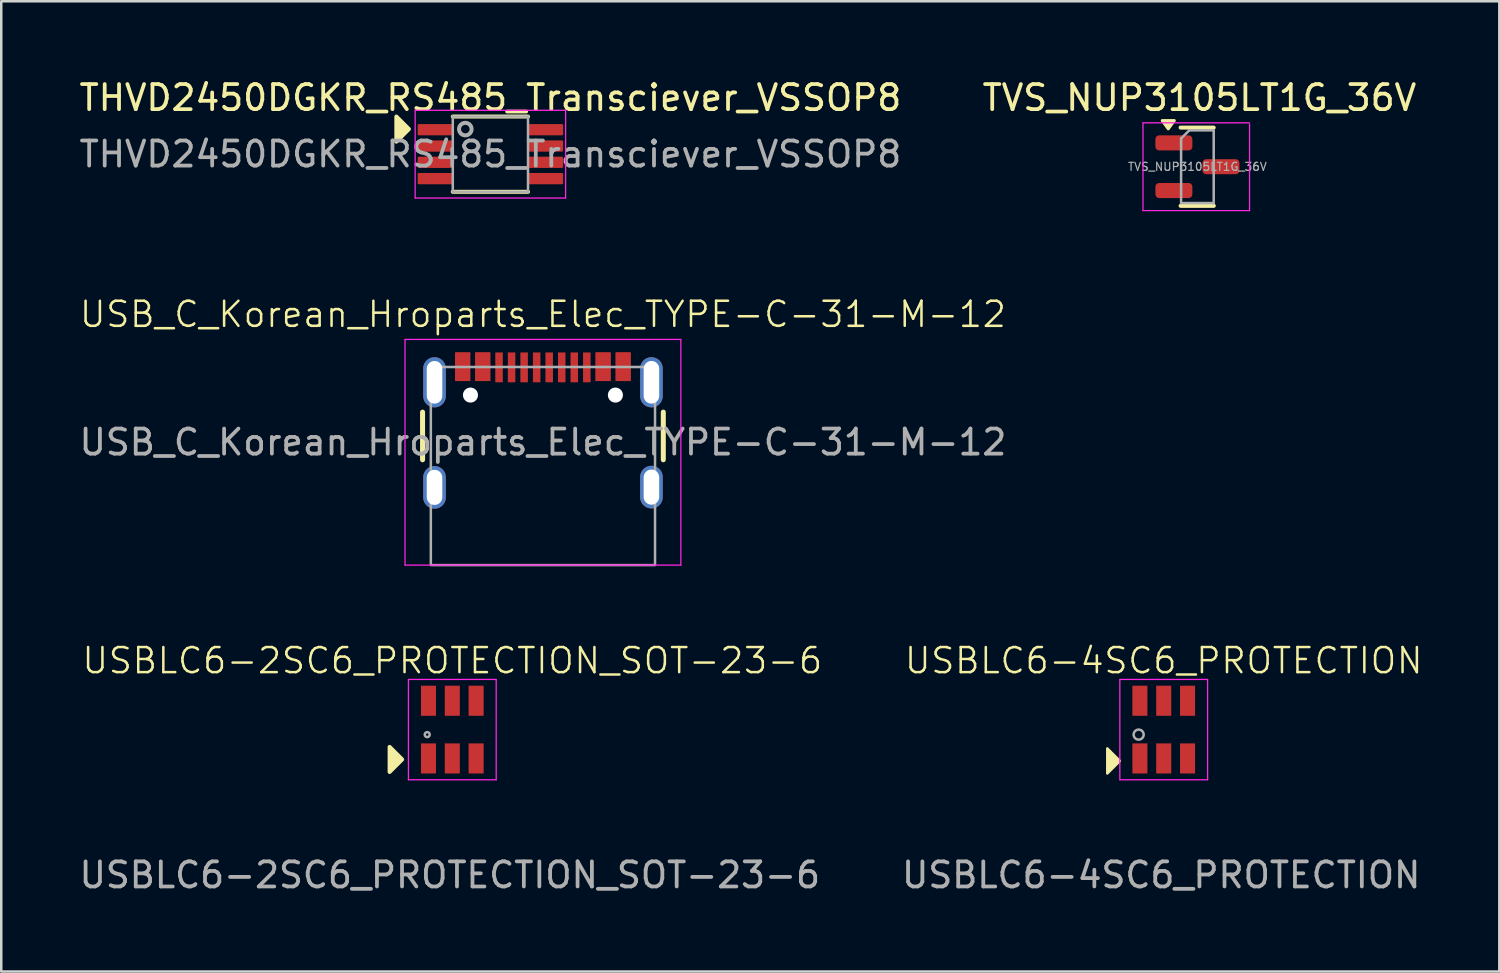
<source format=kicad_pcb>
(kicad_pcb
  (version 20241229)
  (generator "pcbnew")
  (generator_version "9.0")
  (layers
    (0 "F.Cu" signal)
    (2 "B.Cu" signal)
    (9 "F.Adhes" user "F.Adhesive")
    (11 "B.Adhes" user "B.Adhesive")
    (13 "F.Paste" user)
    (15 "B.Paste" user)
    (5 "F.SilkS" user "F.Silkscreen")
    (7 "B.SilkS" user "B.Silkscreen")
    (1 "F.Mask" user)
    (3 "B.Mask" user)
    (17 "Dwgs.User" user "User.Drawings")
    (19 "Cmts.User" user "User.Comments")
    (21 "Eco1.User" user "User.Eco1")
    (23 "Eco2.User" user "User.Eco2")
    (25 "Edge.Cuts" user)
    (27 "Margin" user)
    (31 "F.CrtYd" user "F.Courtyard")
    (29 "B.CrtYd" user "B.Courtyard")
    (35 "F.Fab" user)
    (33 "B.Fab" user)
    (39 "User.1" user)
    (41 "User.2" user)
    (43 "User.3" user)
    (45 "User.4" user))
  (footprint "USB_C_Korean_Hroparts_Elec_TYPE-C-31-M-12"
    (layer "F.Cu")
    (at 18.601 18.485)
    (property "Reference" "USB_C_Korean_Hroparts_Elec_TYPE-C-31-M-12" (at 0 -9 0) (unlocked yes) (layer "F.SilkS") (effects (font (size 1 1) (thickness 0.1))))
    (attr through_hole)
    (fp_line (start -4.8 -5.1) (end -4.8 -3.2) (stroke (width 0.2) (type default)) (layer "F.SilkS"))
    (fp_line (start 4.8 -5.1) (end 4.8 -3.2) (stroke (width 0.2) (type default)) (layer "F.SilkS"))
    (fp_line (start -5.5 -8) (end -5.5 1) (stroke (width 0.05) (type default)) (layer "F.CrtYd"))
    (fp_line (start -5.5 1) (end 5.5 1) (stroke (width 0.05) (type default)) (layer "F.CrtYd"))
    (fp_line (start 5.5 -8) (end -5.5 -8) (stroke (width 0.05) (type default)) (layer "F.CrtYd"))
    (fp_line (start 5.5 1) (end 5.5 -8) (stroke (width 0.05) (type default)) (layer "F.CrtYd"))
    (fp_rect (start -4.47 -6.9) (end 4.47 1) (stroke (width 0.1) (type default)) (fill no) (layer "F.Fab"))
    (fp_text user "${REFERENCE}" (at 0 -3.9 0) (unlocked yes) (layer "F.Fab") (effects (font (size 1 1) (thickness 0.15))))
    (dimension (type aligned) (layer "User.1") (pts (xy 15.711 12.705) (xy 21.491 12.705)) (height 0.78) (format (prefix "") (suffix "") (units 3) (units_format 1) (precision 4)) (style (thickness 0.05) (arrow_length 0.2) (text_position_mode 0) (arrow_direction outward) (extension_height 0.586) (extension_offset 0.5) (keep_text_aligned yes)) (gr_text "5.7800 mm" (at 18.601 13.375 0) (layer "User.1") (effects (font (size 0.1 0.1) (thickness 0.01)))))
    (dimension (type aligned) (layer "User.1") (pts (xy 22.928 17.075) (xy 22.928 15.675)) (height 1.673) (format (prefix "") (suffix "") (units 3) (units_format 1) (precision 4)) (style (thickness 0.05) (arrow_length 0.2) (text_position_mode 0) (arrow_direction outward) (extension_height 0.586) (extension_offset 0.5) (keep_text_aligned yes)) (gr_text "1.4000 mm" (at 24.491 16.375 90) (layer "User.1") (effects (font (size 0.1 0.1) (thickness 0.01)))))
    (dimension (type aligned) (layer "User.1") (pts (xy 22.928 17.225) (xy 22.928 15.525)) (height 2.673) (format (prefix "") (suffix "") (units 3) (units_format 1) (precision 4)) (style (thickness 0.05) (arrow_length 0.2) (text_position_mode 0) (arrow_direction outward) (extension_height 0.586) (extension_offset 0.5) (keep_text_aligned yes)) (gr_text "1.7000 mm" (at 25.491 16.375 90) (layer "User.1") (effects (font (size 0.1 0.1) (thickness 0.01)))))
    (dimension (type aligned) (layer "User.1") (pts (xy 22.928 13.195) (xy 22.928 11.195)) (height 1.673) (format (prefix "") (suffix "") (units 3) (units_format 1) (precision 4)) (style (thickness 0.05) (arrow_length 0.2) (text_position_mode 0) (arrow_direction outward) (extension_height 0.586) (extension_offset 0.5) (keep_text_aligned yes)) (gr_text "2.0000 mm" (at 24.491 12.195 90) (layer "User.1") (effects (font (size 0.1 0.1) (thickness 0.01)))))
    (dimension (type aligned) (layer "User.1") (pts (xy 14.278 16.385) (xy 22.928 16.375)) (height 1.09) (format (prefix "") (suffix "") (units 3) (units_format 1) (precision 4)) (style (thickness 0.05) (arrow_length 0.2) (text_position_mode 0) (arrow_direction outward) (extension_height 0.586) (extension_offset 0.5) (keep_text_aligned yes)) (gr_text "8.6500 mm" (at 18.604 17.36 0.066) (layer "User.1") (effects (font (size 0.1 0.1) (thickness 0.01)))))
    (dimension (type aligned) (layer "User.1") (pts (xy 22.428 13.045) (xy 22.428 11.345)) (height 1.673) (format (prefix "") (suffix "") (units 3) (units_format 1) (precision 4)) (style (thickness 0.05) (arrow_length 0.2) (text_position_mode 0) (arrow_direction outward) (extension_height 0.586) (extension_offset 0.5) (keep_text_aligned yes)) (gr_text "1.7000 mm" (at 23.991 12.195 90) (layer "User.1") (effects (font (size 0.1 0.1) (thickness 0.01)))))
    (dimension (type aligned) (layer "User.1") (pts (xy 15.401 11.625) (xy 21.801 11.625)) (height 4.36) (format (prefix "") (suffix "") (units 3) (units_format 1) (precision 4)) (style (thickness 0.05) (arrow_length 0.2) (text_position_mode 0) (arrow_direction outward) (extension_height 0.586) (extension_offset 0.5) (keep_text_aligned yes)) (gr_text "6.4000 mm" (at 18.601 15.875 0) (layer "User.1") (effects (font (size 0.1 0.1) (thickness 0.01)))))
    (dimension (type aligned) (layer "User.1") (pts (xy 16.201 11.625) (xy 21.001 11.625)) (height -2.64) (format (prefix "") (suffix "") (units 3) (units_format 1) (precision 4)) (style (thickness 0.05) (arrow_length 0.2) (text_position_mode 0) (arrow_direction outward) (extension_height 0.586) (extension_offset 0.5) (keep_text_aligned yes)) (gr_text "4.8000 mm" (at 18.601 8.875 0) (layer "User.1") (effects (font (size 0.1 0.1) (thickness 0.01)))))
    (dimension (type aligned) (layer "User.1") (pts (xy 17.851 11.625) (xy 19.351 11.625)) (height -1.64) (format (prefix "") (suffix "") (units 3) (units_format 1) (precision 4)) (style (thickness 0.05) (arrow_length 0.2) (text_position_mode 0) (arrow_direction outward) (extension_height 0.586) (extension_offset 0.5) (keep_text_aligned yes)) (gr_text "1.5000 mm" (at 18.601 9.875 0) (layer "User.1") (effects (font (size 0.1 0.1) (thickness 0.01)))))
    (pad "" np_thru_hole circle (at -2.89 -5.78) (size 0.6 0.6) (drill 0.6) (layers "*.Cu" "*.Mask"))
    (pad "" np_thru_hole circle (at 2.89 -5.78) (size 0.6 0.6) (drill 0.6) (layers "*.Cu" "*.Mask"))
    (pad "A1" smd rect (at -3.2 -6.91) (size 0.6 1.14) (layers "F.Cu" "F.Mask" "F.Paste"))
    (pad "A4" smd rect (at -2.4 -6.91) (size 0.6 1.14) (layers "F.Cu" "F.Mask" "F.Paste"))
    (pad "A5" smd rect (at -1.25 -6.885) (size 0.3 1.19) (layers "F.Cu" "F.Mask" "F.Paste"))
    (pad "A6" smd rect (at -0.25 -6.885) (size 0.3 1.19) (layers "F.Cu" "F.Mask" "F.Paste"))
    (pad "A7" smd rect (at 0.25 -6.885) (size 0.3 1.19) (layers "F.Cu" "F.Mask" "F.Paste"))
    (pad "A8" smd rect (at 1.25 -6.885) (size 0.3 1.19) (layers "F.Cu" "F.Mask" "F.Paste"))
    (pad "A9" smd rect (at 2.4 -6.91) (size 0.6 1.14) (layers "F.Cu" "F.Mask" "F.Paste"))
    (pad "A12" smd rect (at 3.2 -6.91) (size 0.6 1.14) (layers "F.Cu" "F.Mask" "F.Paste"))
    (pad "B1" smd rect (at 3.2 -6.91) (size 0.6 1.14) (layers "F.Cu" "F.Mask" "F.Paste"))
    (pad "B4" smd rect (at 2.4 -6.91) (size 0.6 1.14) (layers "F.Cu" "F.Mask" "F.Paste"))
    (pad "B5" smd rect (at 1.75 -6.885) (size 0.3 1.19) (layers "F.Cu" "F.Mask" "F.Paste"))
    (pad "B6" smd rect (at 0.75 -6.885) (size 0.3 1.19) (layers "F.Cu" "F.Mask" "F.Paste"))
    (pad "B7" smd rect (at -0.75 -6.885) (size 0.3 1.19) (layers "F.Cu" "F.Mask" "F.Paste"))
    (pad "B8" smd rect (at -1.75 -6.885) (size 0.3 1.19) (layers "F.Cu" "F.Mask" "F.Paste"))
    (pad "B9" smd rect (at -2.4 -6.91) (size 0.6 1.14) (layers "F.Cu" "F.Mask" "F.Paste"))
    (pad "B12" smd rect (at -3.2 -6.91) (size 0.6 1.14) (layers "F.Cu" "F.Mask" "F.Paste"))
    (pad "S1" thru_hole oval (at -4.323 -6.29) (size 0.9 2) (drill oval 0.62 1.7) (layers "*.Cu" "*.Mask"))
    (pad "S1" thru_hole oval (at -4.323 -2.1) (size 0.9 1.7) (drill oval 0.62 1.4) (layers "*.Cu" "*.Mask"))
    (pad "S1" thru_hole oval (at 4.327 -6.29) (size 0.9 2) (drill oval 0.62 1.7) (layers "*.Cu" "*.Mask"))
    (pad "S1" thru_hole oval (at 4.327 -2.11) (size 0.9 1.7) (drill oval 0.62 1.4) (layers "*.Cu" "*.Mask")))
  (footprint "USBLC6-2SC6_PROTECTION_SOT-23-6"
    (layer "F.Cu")
    (at 14.987 26.045)
    (property "Reference" "USBLC6-2SC6_PROTECTION_SOT-23-6" (at 0 -2.75 0) (unlocked yes) (layer "F.SilkS") (effects (font (size 1 1) (thickness 0.1))))
    (attr smd)
    (fp_poly (pts (xy -2.5 0.69) (xy -2 1.19) (xy -2.5 1.69)) (stroke (width 0.16) (type solid)) (fill yes) (layer "F.SilkS"))
    (fp_line (start -1.75 -2) (end 1.75 -2) (stroke (width 0.05) (type default)) (layer "F.CrtYd"))
    (fp_line (start -1.75 2) (end -1.75 -2) (stroke (width 0.05) (type default)) (layer "F.CrtYd"))
    (fp_line (start 1.75 -2) (end 1.75 2) (stroke (width 0.05) (type default)) (layer "F.CrtYd"))
    (fp_line (start 1.75 2) (end -1.75 2) (stroke (width 0.05) (type default)) (layer "F.CrtYd"))
    (fp_circle (center -1 0.2) (end -0.9 0.2) (stroke (width 0.1) (type default)) (fill no) (layer "F.Fab"))
    (fp_line (start -1.45 -0.8) (end -1.45 0.8) (stroke (width 0.1) (type default)) (layer "User.1"))
    (fp_line (start 1.45 -0.8) (end 1.45 0.8) (stroke (width 0.1) (type default)) (layer "User.1"))
    (fp_text user "${REFERENCE}" (at -0.1 5.8 0) (unlocked yes) (layer "F.Fab") (effects (font (size 1 1) (thickness 0.15))))
    (dimension (type aligned) (layer "User.1") (pts (xy 13.737 24.295) (xy 14.337 24.295)) (height -0.1) (format (prefix "") (suffix "") (units 3) (units_format 1) (precision 2)) (style (thickness 0.01) (arrow_length 0.01) (text_position_mode 2) (arrow_direction outward) (extension_height 0) (extension_offset 0) (keep_text_aligned yes)) (gr_text "0.60 mm" (at 14.087 24.145 0) (layer "User.1") (effects (font (size 0.1 0.1) (thickness 0.15)))))
    (dimension (type aligned) (layer "User.1") (pts (xy 16.237 26.595) (xy 16.237 27.795)) (height -0.1) (format (prefix "") (suffix "") (units 3) (units_format 1) (precision 2)) (style (thickness 0.01) (arrow_length 0.01) (text_position_mode 2) (arrow_direction outward) (extension_height 0) (extension_offset 0) (keep_text_aligned yes)) (gr_text "1.20 mm" (at 16.337 27.245 90) (layer "User.1") (effects (font (size 0.1 0.1) (thickness 0.15)))))
    (dimension (type aligned) (layer "User.1") (pts (xy 16.237 24.295) (xy 16.237 27.795)) (height -0.35) (format (prefix "") (suffix "") (units 3) (units_format 1) (precision 2)) (style (thickness 0.01) (arrow_length 0.01) (text_position_mode 2) (arrow_direction outward) (extension_height 0) (extension_offset 0) (keep_text_aligned yes)) (gr_text "3.50 mm" (at 16.587 26.045 90) (layer "User.1") (effects (font (size 0.1 0.1) (thickness 0.15)))))
    (dimension (type aligned) (layer "User.1") (pts (xy 14.037 26.595) (xy 14.987 26.595)) (height -0.1) (format (prefix "") (suffix "") (units 3) (units_format 1) (precision 2)) (style (thickness 0.01) (arrow_length 0.01) (text_position_mode 2) (arrow_direction outward) (extension_height 0) (extension_offset 0) (keep_text_aligned yes)) (gr_text "0.95 mm" (at 14.337 26.445 0) (layer "User.1") (effects (font (size 0.1 0.1) (thickness 0.15)))))
    (pad "1" smd rect (at -0.95 1.15) (size 0.6 1.2) (layers "F.Cu" "F.Mask" "F.Paste"))
    (pad "2" smd rect (at 0 1.15) (size 0.6 1.2) (layers "F.Cu" "F.Mask" "F.Paste"))
    (pad "3" smd rect (at 0.95 1.15) (size 0.6 1.2) (layers "F.Cu" "F.Mask" "F.Paste"))
    (pad "4" smd rect (at 0.95 -1.15) (size 0.6 1.2) (layers "F.Cu" "F.Mask" "F.Paste"))
    (pad "5" smd rect (at 0 -1.15) (size 0.6 1.2) (layers "F.Cu" "F.Mask" "F.Paste"))
    (pad "6" smd rect (at -0.95 -1.15) (size 0.6 1.2) (layers "F.Cu" "F.Mask" "F.Paste")))
  (footprint "TVS_NUP3105LT1G_36V"
    (layer "F.Cu")
    (at 44.78 3.598)
    (property "Reference" "TVS_NUP3105LT1G_36V" (at 0 -2.75 0) (layer "F.SilkS") (effects (font (size 1 1) (thickness 0.15))))
    (attr smd)
    (fp_line (start -0.75 -1.56) (end 0.57 -1.56) (stroke (width 0.16) (type solid)) (layer "F.SilkS"))
    (fp_line (start -0.75 1.56) (end 0.575 1.56) (stroke (width 0.16) (type solid)) (layer "F.SilkS"))
    (fp_poly (pts (xy -1.242 -1.51) (xy -1.482 -1.84) (xy -1.002 -1.84) (xy -1.242 -1.51)) (stroke (width 0.12) (type solid)) (fill yes) (layer "F.SilkS"))
    (fp_line (start -2.25 -1.75) (end -2.25 1.75) (stroke (width 0.05) (type solid)) (layer "F.CrtYd"))
    (fp_line (start 2 -1.75) (end -2.25 -1.75) (stroke (width 0.05) (type solid)) (layer "F.CrtYd"))
    (fp_line (start 2 1.75) (end -2.25 1.75) (stroke (width 0.05) (type solid)) (layer "F.CrtYd"))
    (fp_line (start 2 1.75) (end 2 -1.7) (stroke (width 0.05) (type solid)) (layer "F.CrtYd"))
    (fp_line (start -0.73 -1.125) (end -0.405 -1.45) (stroke (width 0.1) (type solid)) (layer "F.Fab"))
    (fp_line (start -0.73 1.45) (end -0.73 -1.125) (stroke (width 0.1) (type solid)) (layer "F.Fab"))
    (fp_line (start -0.405 -1.45) (end 0.57 -1.45) (stroke (width 0.1) (type solid)) (layer "F.Fab"))
    (fp_line (start 0.57 -1.45) (end 0.57 1.45) (stroke (width 0.1) (type solid)) (layer "F.Fab"))
    (fp_line (start 0.57 1.45) (end -0.73 1.45) (stroke (width 0.1) (type solid)) (layer "F.Fab"))
    (fp_text user "${REFERENCE}" (at -0.08 0 0) (layer "F.Fab") (effects (font (size 0.32 0.32) (thickness 0.05))))
    (pad "1" smd roundrect (at -1.018 -0.95) (size 1.475 0.6) (layers "F.Cu" "F.Mask" "F.Paste") (roundrect_rratio 0.25))
    (pad "2" smd roundrect (at -1.018 0.95) (size 1.475 0.6) (layers "F.Cu" "F.Mask" "F.Paste") (roundrect_rratio 0.25))
    (pad "3" smd roundrect (at 0.858 0) (size 1.475 0.6) (layers "F.Cu" "F.Mask" "F.Paste") (roundrect_rratio 0.25)))
  (footprint "USBLC6-4SC6_PROTECTION"
    (layer "F.Cu")
    (at 43.357 26.045)
    (property "Reference" "USBLC6-4SC6_PROTECTION" (at 0 -2.75 0) (unlocked yes) (layer "F.SilkS") (effects (font (size 1 1) (thickness 0.1))))
    (attr smd)
    (fp_poly (pts (xy -2.25 0.75) (xy -1.75 1.25) (xy -2.25 1.75)) (stroke (width 0.1) (type solid)) (fill yes) (layer "F.SilkS"))
    (fp_line (start -1.75 -2) (end 1.75 -2) (stroke (width 0.05) (type default)) (layer "F.CrtYd"))
    (fp_line (start -1.75 2) (end -1.75 -2) (stroke (width 0.05) (type default)) (layer "F.CrtYd"))
    (fp_line (start 1.75 -2) (end 1.75 2) (stroke (width 0.05) (type default)) (layer "F.CrtYd"))
    (fp_line (start 1.75 2) (end -1.75 2) (stroke (width 0.05) (type default)) (layer "F.CrtYd"))
    (fp_circle (center -1 0.2) (end -0.8 0.2) (stroke (width 0.1) (type default)) (fill no) (layer "F.Fab"))
    (fp_line (start -1.45 -0.85) (end -1.45 0.85) (stroke (width 0.1) (type default)) (layer "User.1"))
    (fp_line (start 1.45 -0.85) (end 1.45 0.85) (stroke (width 0.1) (type default)) (layer "User.1"))
    (fp_text user "${REFERENCE}" (at -0.1 5.8 0) (unlocked yes) (layer "F.Fab") (effects (font (size 1 1) (thickness 0.15))))
    (dimension (type aligned) (layer "User.1") (pts (xy 42.407 27.795) (xy 42.407 24.295)) (height -0.85) (format (prefix "") (suffix "") (units 3) (units_format 1) (precision 4)) (style (thickness 0.01) (arrow_length 0.01) (text_position_mode 2) (arrow_direction outward) (extension_height 0) (extension_offset 0) (keep_text_aligned yes)) (gr_text "3.5000 mm" (at 41.357 26.045 90) (layer "User.1") (effects (font (size 0.1 0.1) (thickness 0.15)))))
    (dimension (type aligned) (layer "User.1") (pts (xy 44.607 25.495) (xy 44.607 26.595)) (height -0.15) (format (prefix "") (suffix "") (units 3) (units_format 1) (precision 4)) (style (thickness 0.01) (arrow_length 0.01) (text_position_mode 2) (arrow_direction outward) (extension_height 0) (extension_offset 0) (keep_text_aligned yes)) (gr_text "1.1000 mm" (at 44.957 25.945 90) (layer "User.1") (effects (font (size 0.1 0.1) (thickness 0.15)))))
    (dimension (type aligned) (layer "User.1") (pts (xy 42.407 24.295) (xy 43.357 24.295)) (height -0.05) (format (prefix "") (suffix "") (units 3) (units_format 1) (precision 4)) (style (thickness 0.01) (arrow_length 0.01) (text_position_mode 2) (arrow_direction outward) (extension_height 0) (extension_offset 0) (keep_text_aligned yes)) (gr_text "0.9500 mm" (at 42.957 24.145 0) (layer "User.1") (effects (font (size 0.1 0.1) (thickness 0.15)))))
    (dimension (type aligned) (layer "User.1") (pts (xy 44.007 24.295) (xy 44.607 24.295)) (height -0.05) (format (prefix "") (suffix "") (units 3) (units_format 1) (precision 4)) (style (thickness 0.01) (arrow_length 0.01) (text_position_mode 2) (arrow_direction outward) (extension_height 0) (extension_offset 0) (keep_text_aligned yes)) (gr_text "0.6000 mm" (at 44.357 24.145 0) (layer "User.1") (effects (font (size 0.1 0.1) (thickness 0.15)))))
    (dimension (type aligned) (layer "User.1") (pts (xy 44.607 24.295) (xy 44.607 25.495)) (height -0.15) (format (prefix "") (suffix "") (units 3) (units_format 1) (precision 4)) (style (thickness 0.01) (arrow_length 0.01) (text_position_mode 2) (arrow_direction outward) (extension_height 0) (extension_offset 0) (keep_text_aligned yes)) (gr_text "1.2000 mm" (at 44.957 24.845 90) (layer "User.1") (effects (font (size 0.1 0.1) (thickness 0.15)))))
    (dimension (type aligned) (layer "User.1") (pts (xy 42.407 27.195) (xy 42.407 24.895)) (height -0.4) (format (prefix "") (suffix "") (units 3) (units_format 1) (precision 4)) (style (thickness 0.01) (arrow_length 0.01) (text_position_mode 2) (arrow_direction outward) (extension_height 0) (extension_offset 0) (keep_text_aligned yes)) (gr_text "2.3000 mm" (at 41.757 26.045 90) (layer "User.1") (effects (font (size 0.1 0.1) (thickness 0.15)))))
    (pad "1" smd rect (at -0.95 1.15) (size 0.6 1.2) (layers "F.Cu" "F.Mask" "F.Paste"))
    (pad "2" smd rect (at 0 1.15) (size 0.6 1.2) (layers "F.Cu" "F.Mask" "F.Paste"))
    (pad "3" smd rect (at 0.95 1.15) (size 0.6 1.2) (layers "F.Cu" "F.Mask" "F.Paste"))
    (pad "4" smd rect (at 0.95 -1.15) (size 0.6 1.2) (layers "F.Cu" "F.Mask" "F.Paste"))
    (pad "5" smd rect (at 0 -1.15) (size 0.6 1.2) (layers "F.Cu" "F.Mask" "F.Paste"))
    (pad "6" smd rect (at -0.95 -1.15) (size 0.6 1.2) (layers "F.Cu" "F.Mask" "F.Paste")))
  (footprint "THVD2450DGKR_RS485_Transciever_VSSOP8"
    (layer "F.Cu")
    (at 16.506 3.098)
    (property "Reference" "THVD2450DGKR_RS485_Transciever_VSSOP8" (at 0 -2.25 0) (layer "F.SilkS") (effects (font (size 1 1) (thickness 0.15))))
    (attr smd)
    (fp_line (start -1.5 -1.5) (end 1.5 -1.5) (stroke (width 0.16) (type default)) (layer "F.SilkS"))
    (fp_line (start -1.5 1.5) (end 1.5 1.5) (stroke (width 0.16) (type default)) (layer "F.SilkS"))
    (fp_poly (pts (xy -3.75 -1.5) (xy -3.25 -1) (xy -3.75 -0.5)) (stroke (width 0.16) (type solid)) (fill yes) (layer "F.SilkS"))
    (fp_line (start -3 -1.75) (end 3 -1.75) (stroke (width 0.05) (type default)) (layer "F.CrtYd"))
    (fp_line (start -3 1.75) (end -3 -1.75) (stroke (width 0.05) (type default)) (layer "F.CrtYd"))
    (fp_line (start 3 -1.75) (end 3 1.75) (stroke (width 0.05) (type default)) (layer "F.CrtYd"))
    (fp_line (start 3 1.75) (end -3 1.75) (stroke (width 0.05) (type default)) (layer "F.CrtYd"))
    (fp_line (start -1.5 -1.5) (end -1.5 1.5) (stroke (width 0.1) (type default)) (layer "F.Fab"))
    (fp_line (start -1.5 1.5) (end 1.5 1.5) (stroke (width 0.1) (type default)) (layer "F.Fab"))
    (fp_line (start 1.5 -1.5) (end -1.5 -1.5) (stroke (width 0.1) (type default)) (layer "F.Fab"))
    (fp_line (start 1.5 1.5) (end 1.5 -1.5) (stroke (width 0.1) (type default)) (layer "F.Fab"))
    (fp_circle (center -1 -1) (end -0.75 -1) (stroke (width 0.16) (type solid)) (fill no) (layer "F.Fab"))
    (fp_text user "${REFERENCE}" (at 0 0 0) (layer "F.Fab") (effects (font (size 1 1) (thickness 0.15))))
    (dimension (type aligned) (layer "User.1") (pts (xy 13.606 1.966) (xy 15.006 1.966)) (height -0.268) (format (prefix "") (suffix "") (units 3) (units_format 1) (precision 3) (suppress_zeroes yes)) (style (thickness 0.01) (arrow_length 0.01) (text_position_mode 2) (arrow_direction outward) (extension_height 0) (extension_offset 0) (keep_text_aligned yes)) (gr_text "1.4 mm" (at 14.256 1.648 0) (layer "User.1") (effects (font (size 0.1 0.1) (thickness 0.15)))))
    (dimension (type aligned) (layer "User.1") (pts (xy 14.274 2.748) (xy 14.274 2.098)) (height -0.768) (format (prefix "") (suffix "") (units 3) (units_format 1) (precision 3) (suppress_zeroes yes)) (style (thickness 0.01) (arrow_length 0.01) (text_position_mode 2) (arrow_direction outward) (extension_height 0) (extension_offset 0) (keep_text_aligned yes)) (gr_text "0.65 mm" (at 13.456 2.398 90) (layer "User.1") (effects (font (size 0.1 0.1) (thickness 0.15)))))
    (dimension (type aligned) (layer "User.1") (pts (xy 14.306 2.798) (xy 18.706 2.798)) (height -0.268) (format (prefix "") (suffix "") (units 3) (units_format 1) (precision 3) (suppress_zeroes yes)) (style (thickness 0.01) (arrow_length 0.01) (text_position_mode 2) (arrow_direction outward) (extension_height 0) (extension_offset 0) (keep_text_aligned yes)) (gr_text "4.4 mm" (at 16.506 2.48 0) (layer "User.1") (effects (font (size 0.1 0.1) (thickness 0.15)))))
    (pad "1" smd roundrect (at -2.2 -0.975) (size 1.4 0.45) (layers "F.Cu" "F.Mask" "F.Paste") (roundrect_rratio 0.111))
    (pad "2" smd roundrect (at -2.2 -0.325) (size 1.4 0.45) (layers "F.Cu" "F.Mask" "F.Paste") (roundrect_rratio 0.111))
    (pad "3" smd roundrect (at -2.2 0.325) (size 1.4 0.45) (layers "F.Cu" "F.Mask" "F.Paste") (roundrect_rratio 0.111))
    (pad "4" smd roundrect (at -2.2 0.975) (size 1.4 0.45) (layers "F.Cu" "F.Mask" "F.Paste") (roundrect_rratio 0.111))
    (pad "5" smd roundrect (at 2.2 0.975) (size 1.4 0.45) (layers "F.Cu" "F.Mask" "F.Paste") (roundrect_rratio 0.111))
    (pad "6" smd roundrect (at 2.2 0.325) (size 1.4 0.45) (layers "F.Cu" "F.Mask" "F.Paste") (roundrect_rratio 0.111))
    (pad "7" smd roundrect (at 2.2 -0.325) (size 1.4 0.45) (layers "F.Cu" "F.Mask" "F.Paste") (roundrect_rratio 0.111))
    (pad "8" smd roundrect (at 2.2 -0.975) (size 1.4 0.45) (layers "F.Cu" "F.Mask" "F.Paste") (roundrect_rratio 0.111)))
  (gr_rect
    (start -3 -3)
    (end 56.74 35.693)
    (stroke (width 0.1) (type default))
    (fill no)
    (layer "Edge.Cuts")))
</source>
